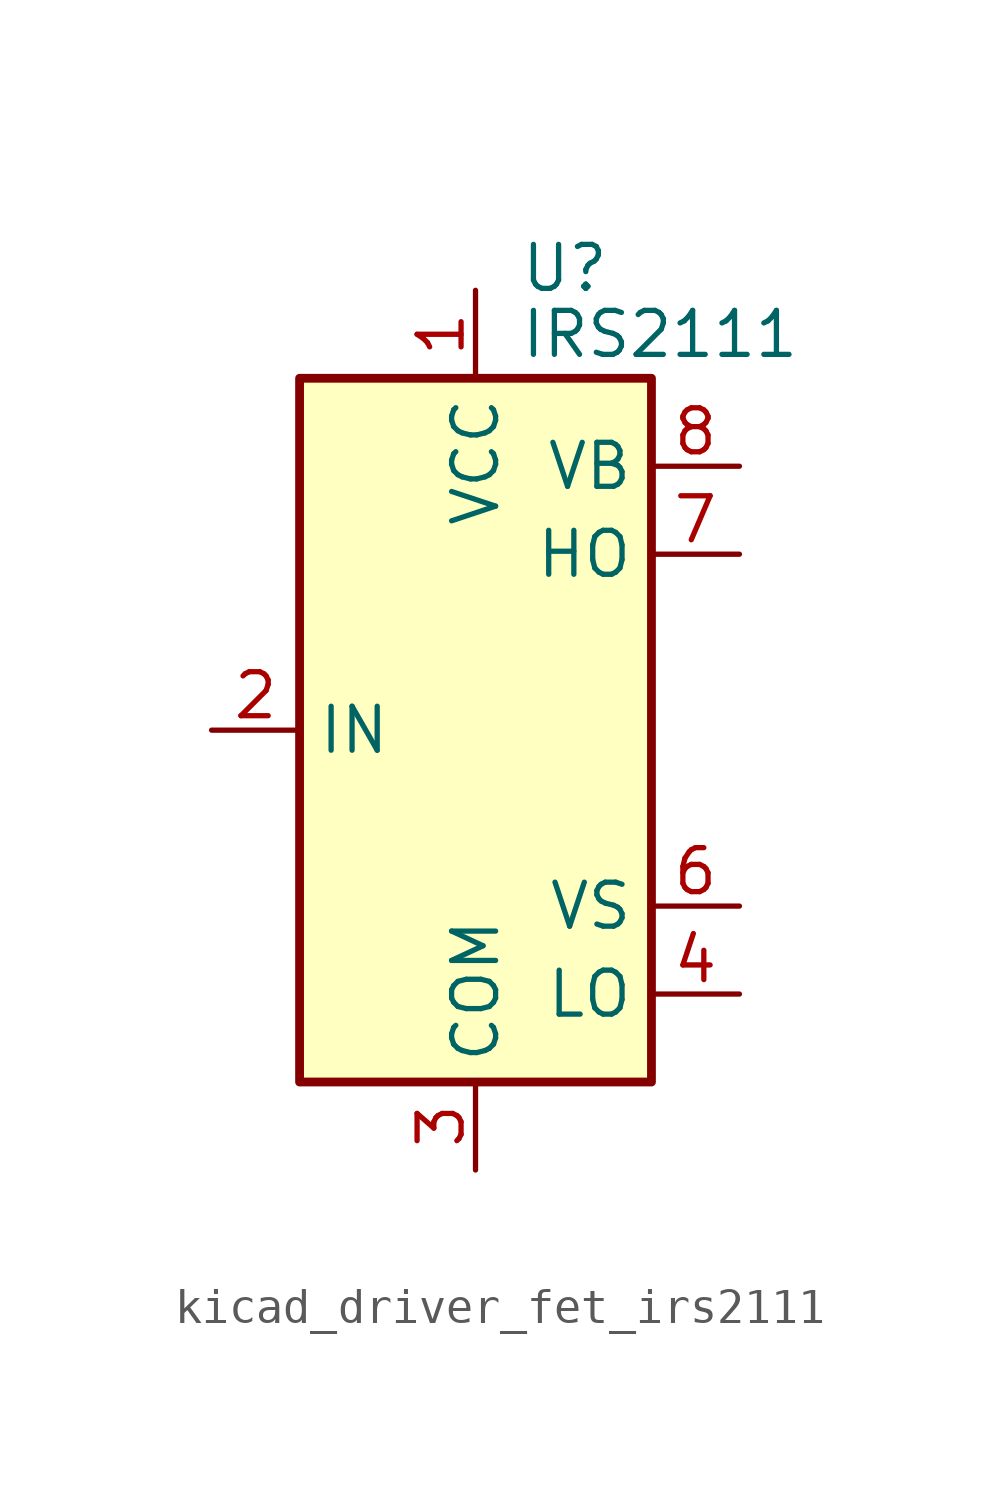
<source format=kicad_sym>
(kicad_symbol_lib
  (version 20220914)
  (generator kicad_symbol_editor)
  (symbol "kicad_driver_fet_irs2111"
    (property "Reference" "U"
      (at 1.27 13.335 0)
      (effects (font (size 1.27 1.27)) (justify left)))
    (property "Value" "IRS2111"
      (at 1.27 11.43 0)
      (effects (font (size 1.27 1.27)) (justify left)))
    (symbol "kicad_driver_fet_irs2111_0_1"
      (rectangle (start -5.08 -10.16) (end 5.08 10.16) (stroke (width 0.254) (type default)) (fill (type background))))
    (symbol "kicad_driver_fet_irs2111_1_1"
      (pin power_in line (at 0 12.7 270) (length 2.54) (name "VCC" (effects (font (size 1.27 1.27)))) (number "1" (effects (font (size 1.27 1.27)))))
      (pin input line (at -7.62 0 0) (length 2.54) (name "IN" (effects (font (size 1.27 1.27)))) (number "2" (effects (font (size 1.27 1.27)))))
      (pin power_in line (at 0 -12.7 90) (length 2.54) (name "COM" (effects (font (size 1.27 1.27)))) (number "3" (effects (font (size 1.27 1.27)))))
      (pin output line (at 7.62 -7.62 180) (length 2.54) (name "LO" (effects (font (size 1.27 1.27)))) (number "4" (effects (font (size 1.27 1.27)))))
      (pin no_connect line (at -5.08 7.62 0) (length 2.54) hide (name "NC" (effects (font (size 1.27 1.27)))) (number "5" (effects (font (size 1.27 1.27)))))
      (pin passive line (at 7.62 -5.08 180) (length 2.54) (name "VS" (effects (font (size 1.27 1.27)))) (number "6" (effects (font (size 1.27 1.27)))))
      (pin output line (at 7.62 5.08 180) (length 2.54) (name "HO" (effects (font (size 1.27 1.27)))) (number "7" (effects (font (size 1.27 1.27)))))
      (pin passive line (at 7.62 7.62 180) (length 2.54) (name "VB" (effects (font (size 1.27 1.27)))) (number "8" (effects (font (size 1.27 1.27))))))))
</source>
